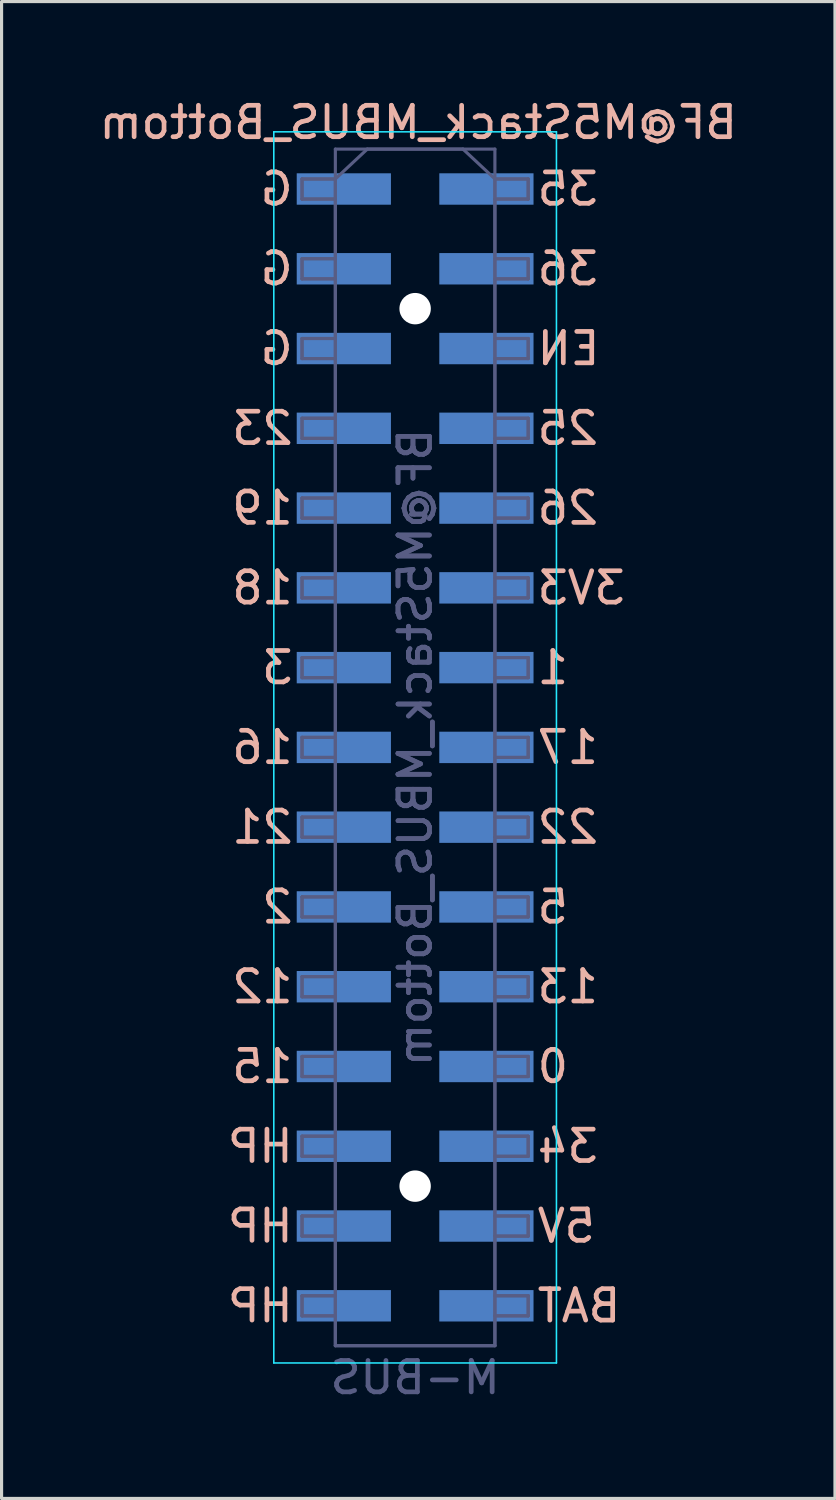
<source format=kicad_pcb>
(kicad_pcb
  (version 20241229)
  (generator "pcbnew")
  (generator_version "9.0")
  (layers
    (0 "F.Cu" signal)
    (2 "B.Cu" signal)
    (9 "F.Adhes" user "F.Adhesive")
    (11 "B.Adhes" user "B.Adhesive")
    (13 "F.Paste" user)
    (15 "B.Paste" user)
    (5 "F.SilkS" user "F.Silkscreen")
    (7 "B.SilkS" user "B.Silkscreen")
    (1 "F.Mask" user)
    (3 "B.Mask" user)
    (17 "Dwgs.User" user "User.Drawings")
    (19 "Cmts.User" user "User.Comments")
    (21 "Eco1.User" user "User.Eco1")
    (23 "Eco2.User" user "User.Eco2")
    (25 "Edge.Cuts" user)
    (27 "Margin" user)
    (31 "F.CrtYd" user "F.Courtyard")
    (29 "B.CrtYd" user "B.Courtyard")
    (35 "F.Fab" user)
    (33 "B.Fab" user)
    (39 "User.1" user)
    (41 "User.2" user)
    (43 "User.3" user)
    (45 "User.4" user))
  (footprint "BF@M5Stack_MBUS_Bottom"
    (layer "F.Cu")
    (at 10.168 20.748)
    (property "Reference" "BF@M5Stack_MBUS_Bottom" (at 0.1 -19.9 0) (layer "B.SilkS") (effects (font (size 1 1) (thickness 0.15)) (justify mirror)))
    (attr smd)
    (fp_poly (pts (xy -1.968 -18.224) (xy -3.683 -18.224) (xy -3.683 -17.335) (xy -1.968 -17.335)) (stroke (width 0.1) (type solid)) (fill yes) (layer "B.Paste"))
    (fp_poly (pts (xy -1.968 -15.684) (xy -3.683 -15.684) (xy -3.683 -14.796) (xy -1.968 -14.796)) (stroke (width 0.1) (type solid)) (fill yes) (layer "B.Paste"))
    (fp_poly (pts (xy -1.968 -13.145) (xy -3.683 -13.145) (xy -3.683 -12.255) (xy -1.968 -12.255)) (stroke (width 0.1) (type solid)) (fill yes) (layer "B.Paste"))
    (fp_poly (pts (xy -1.968 -10.604) (xy -3.683 -10.604) (xy -3.683 -9.716) (xy -1.968 -9.716)) (stroke (width 0.1) (type solid)) (fill yes) (layer "B.Paste"))
    (fp_poly (pts (xy -1.968 -8.065) (xy -3.683 -8.065) (xy -3.683 -7.176) (xy -1.968 -7.176)) (stroke (width 0.1) (type solid)) (fill yes) (layer "B.Paste"))
    (fp_poly (pts (xy -1.968 -5.524) (xy -3.683 -5.524) (xy -3.683 -4.636) (xy -1.968 -4.636)) (stroke (width 0.1) (type solid)) (fill yes) (layer "B.Paste"))
    (fp_poly (pts (xy -1.968 -2.985) (xy -3.683 -2.985) (xy -3.683 -2.095) (xy -1.968 -2.095)) (stroke (width 0.1) (type solid)) (fill yes) (layer "B.Paste"))
    (fp_poly (pts (xy -1.968 -0.445) (xy -3.683 -0.445) (xy -3.683 0.445) (xy -1.968 0.445)) (stroke (width 0.1) (type solid)) (fill yes) (layer "B.Paste"))
    (fp_poly (pts (xy -1.968 2.095) (xy -3.683 2.095) (xy -3.683 2.985) (xy -1.968 2.985)) (stroke (width 0.1) (type solid)) (fill yes) (layer "B.Paste"))
    (fp_poly (pts (xy -1.968 4.636) (xy -3.683 4.636) (xy -3.683 5.524) (xy -1.968 5.524)) (stroke (width 0.1) (type solid)) (fill yes) (layer "B.Paste"))
    (fp_poly (pts (xy -1.968 7.176) (xy -3.683 7.176) (xy -3.683 8.065) (xy -1.968 8.065)) (stroke (width 0.1) (type solid)) (fill yes) (layer "B.Paste"))
    (fp_poly (pts (xy -1.968 9.716) (xy -3.683 9.716) (xy -3.683 10.604) (xy -1.968 10.604)) (stroke (width 0.1) (type solid)) (fill yes) (layer "B.Paste"))
    (fp_poly (pts (xy -1.968 12.255) (xy -3.683 12.255) (xy -3.683 13.145) (xy -1.968 13.145)) (stroke (width 0.1) (type solid)) (fill yes) (layer "B.Paste"))
    (fp_poly (pts (xy -1.968 14.796) (xy -3.683 14.796) (xy -3.683 15.684) (xy -1.968 15.684)) (stroke (width 0.1) (type solid)) (fill yes) (layer "B.Paste"))
    (fp_poly (pts (xy -1.968 17.335) (xy -3.683 17.335) (xy -3.683 18.224) (xy -1.968 18.224)) (stroke (width 0.1) (type solid)) (fill yes) (layer "B.Paste"))
    (fp_poly (pts (xy 3.683 -18.224) (xy 1.968 -18.224) (xy 1.968 -17.335) (xy 3.683 -17.335)) (stroke (width 0.1) (type solid)) (fill yes) (layer "B.Paste"))
    (fp_poly (pts (xy 3.683 -15.684) (xy 1.968 -15.684) (xy 1.968 -14.796) (xy 3.683 -14.796)) (stroke (width 0.1) (type solid)) (fill yes) (layer "B.Paste"))
    (fp_poly (pts (xy 3.683 -13.145) (xy 1.968 -13.145) (xy 1.968 -12.255) (xy 3.683 -12.255)) (stroke (width 0.1) (type solid)) (fill yes) (layer "B.Paste"))
    (fp_poly (pts (xy 3.683 -10.604) (xy 1.968 -10.604) (xy 1.968 -9.716) (xy 3.683 -9.716)) (stroke (width 0.1) (type solid)) (fill yes) (layer "B.Paste"))
    (fp_poly (pts (xy 3.683 -8.065) (xy 1.968 -8.065) (xy 1.968 -7.176) (xy 3.683 -7.176)) (stroke (width 0.1) (type solid)) (fill yes) (layer "B.Paste"))
    (fp_poly (pts (xy 3.683 -5.524) (xy 1.968 -5.524) (xy 1.968 -4.636) (xy 3.683 -4.636)) (stroke (width 0.1) (type solid)) (fill yes) (layer "B.Paste"))
    (fp_poly (pts (xy 3.683 -2.985) (xy 1.968 -2.985) (xy 1.968 -2.095) (xy 3.683 -2.095)) (stroke (width 0.1) (type solid)) (fill yes) (layer "B.Paste"))
    (fp_poly (pts (xy 3.683 -0.445) (xy 1.968 -0.445) (xy 1.968 0.445) (xy 3.683 0.445)) (stroke (width 0.1) (type solid)) (fill yes) (layer "B.Paste"))
    (fp_poly (pts (xy 3.683 2.095) (xy 1.968 2.095) (xy 1.968 2.985) (xy 3.683 2.985)) (stroke (width 0.1) (type solid)) (fill yes) (layer "B.Paste"))
    (fp_poly (pts (xy 3.683 4.636) (xy 1.968 4.636) (xy 1.968 5.524) (xy 3.683 5.524)) (stroke (width 0.1) (type solid)) (fill yes) (layer "B.Paste"))
    (fp_poly (pts (xy 3.683 7.176) (xy 1.968 7.176) (xy 1.968 8.065) (xy 3.683 8.065)) (stroke (width 0.1) (type solid)) (fill yes) (layer "B.Paste"))
    (fp_poly (pts (xy 3.683 9.716) (xy 1.968 9.716) (xy 1.968 10.604) (xy 3.683 10.604)) (stroke (width 0.1) (type solid)) (fill yes) (layer "B.Paste"))
    (fp_poly (pts (xy 3.683 12.255) (xy 1.968 12.255) (xy 1.968 13.145) (xy 3.683 13.145)) (stroke (width 0.1) (type solid)) (fill yes) (layer "B.Paste"))
    (fp_poly (pts (xy 3.683 14.796) (xy 1.968 14.796) (xy 1.968 15.684) (xy 3.683 15.684)) (stroke (width 0.1) (type solid)) (fill yes) (layer "B.Paste"))
    (fp_poly (pts (xy 3.683 17.335) (xy 1.968 17.335) (xy 1.968 18.224) (xy 3.683 18.224)) (stroke (width 0.1) (type solid)) (fill yes) (layer "B.Paste"))
    (fp_line (start -4.5 -19.6) (end 4.5 -19.6) (stroke (width 0.05) (type solid)) (layer "B.CrtYd"))
    (fp_line (start -4.5 19.6) (end -4.5 -19.6) (stroke (width 0.05) (type solid)) (layer "B.CrtYd"))
    (fp_line (start 4.5 -19.6) (end 4.5 19.6) (stroke (width 0.05) (type solid)) (layer "B.CrtYd"))
    (fp_line (start 4.5 19.6) (end -4.5 19.6) (stroke (width 0.05) (type solid)) (layer "B.CrtYd"))
    (fp_line (start -3.6 -18.1) (end -3.6 -17.46) (stroke (width 0.1) (type solid)) (layer "B.Fab"))
    (fp_line (start -3.6 -18.1) (end -3.6 -17.46) (stroke (width 0.1) (type solid)) (layer "B.Fab"))
    (fp_line (start -3.6 -17.46) (end -2.54 -17.46) (stroke (width 0.1) (type solid)) (layer "B.Fab"))
    (fp_line (start -3.6 -17.46) (end -2.54 -17.46) (stroke (width 0.1) (type solid)) (layer "B.Fab"))
    (fp_line (start -3.6 -15.56) (end -3.6 -14.92) (stroke (width 0.1) (type solid)) (layer "B.Fab"))
    (fp_line (start -3.6 -15.56) (end -3.6 -14.92) (stroke (width 0.1) (type solid)) (layer "B.Fab"))
    (fp_line (start -3.6 -14.92) (end -2.54 -14.92) (stroke (width 0.1) (type solid)) (layer "B.Fab"))
    (fp_line (start -3.6 -14.92) (end -2.54 -14.92) (stroke (width 0.1) (type solid)) (layer "B.Fab"))
    (fp_line (start -3.6 -13.02) (end -3.6 -12.38) (stroke (width 0.1) (type solid)) (layer "B.Fab"))
    (fp_line (start -3.6 -13.02) (end -3.6 -12.38) (stroke (width 0.1) (type solid)) (layer "B.Fab"))
    (fp_line (start -3.6 -12.38) (end -2.54 -12.38) (stroke (width 0.1) (type solid)) (layer "B.Fab"))
    (fp_line (start -3.6 -12.38) (end -2.54 -12.38) (stroke (width 0.1) (type solid)) (layer "B.Fab"))
    (fp_line (start -3.6 -10.48) (end -3.6 -9.84) (stroke (width 0.1) (type solid)) (layer "B.Fab"))
    (fp_line (start -3.6 -10.48) (end -3.6 -9.84) (stroke (width 0.1) (type solid)) (layer "B.Fab"))
    (fp_line (start -3.6 -9.84) (end -2.54 -9.84) (stroke (width 0.1) (type solid)) (layer "B.Fab"))
    (fp_line (start -3.6 -9.84) (end -2.54 -9.84) (stroke (width 0.1) (type solid)) (layer "B.Fab"))
    (fp_line (start -3.6 -7.94) (end -3.6 -7.3) (stroke (width 0.1) (type solid)) (layer "B.Fab"))
    (fp_line (start -3.6 -7.94) (end -3.6 -7.3) (stroke (width 0.1) (type solid)) (layer "B.Fab"))
    (fp_line (start -3.6 -7.3) (end -2.54 -7.3) (stroke (width 0.1) (type solid)) (layer "B.Fab"))
    (fp_line (start -3.6 -7.3) (end -2.54 -7.3) (stroke (width 0.1) (type solid)) (layer "B.Fab"))
    (fp_line (start -3.6 -5.4) (end -3.6 -4.76) (stroke (width 0.1) (type solid)) (layer "B.Fab"))
    (fp_line (start -3.6 -5.4) (end -3.6 -4.76) (stroke (width 0.1) (type solid)) (layer "B.Fab"))
    (fp_line (start -3.6 -4.76) (end -2.54 -4.76) (stroke (width 0.1) (type solid)) (layer "B.Fab"))
    (fp_line (start -3.6 -4.76) (end -2.54 -4.76) (stroke (width 0.1) (type solid)) (layer "B.Fab"))
    (fp_line (start -3.6 -2.86) (end -3.6 -2.22) (stroke (width 0.1) (type solid)) (layer "B.Fab"))
    (fp_line (start -3.6 -2.86) (end -3.6 -2.22) (stroke (width 0.1) (type solid)) (layer "B.Fab"))
    (fp_line (start -3.6 -2.22) (end -2.54 -2.22) (stroke (width 0.1) (type solid)) (layer "B.Fab"))
    (fp_line (start -3.6 -2.22) (end -2.54 -2.22) (stroke (width 0.1) (type solid)) (layer "B.Fab"))
    (fp_line (start -3.6 -0.32) (end -3.6 0.32) (stroke (width 0.1) (type solid)) (layer "B.Fab"))
    (fp_line (start -3.6 -0.32) (end -3.6 0.32) (stroke (width 0.1) (type solid)) (layer "B.Fab"))
    (fp_line (start -3.6 0.32) (end -2.54 0.32) (stroke (width 0.1) (type solid)) (layer "B.Fab"))
    (fp_line (start -3.6 0.32) (end -2.54 0.32) (stroke (width 0.1) (type solid)) (layer "B.Fab"))
    (fp_line (start -3.6 2.22) (end -3.6 2.86) (stroke (width 0.1) (type solid)) (layer "B.Fab"))
    (fp_line (start -3.6 2.22) (end -3.6 2.86) (stroke (width 0.1) (type solid)) (layer "B.Fab"))
    (fp_line (start -3.6 2.86) (end -2.54 2.86) (stroke (width 0.1) (type solid)) (layer "B.Fab"))
    (fp_line (start -3.6 2.86) (end -2.54 2.86) (stroke (width 0.1) (type solid)) (layer "B.Fab"))
    (fp_line (start -3.6 4.76) (end -3.6 5.4) (stroke (width 0.1) (type solid)) (layer "B.Fab"))
    (fp_line (start -3.6 4.76) (end -3.6 5.4) (stroke (width 0.1) (type solid)) (layer "B.Fab"))
    (fp_line (start -3.6 5.4) (end -2.54 5.4) (stroke (width 0.1) (type solid)) (layer "B.Fab"))
    (fp_line (start -3.6 5.4) (end -2.54 5.4) (stroke (width 0.1) (type solid)) (layer "B.Fab"))
    (fp_line (start -3.6 7.3) (end -3.6 7.94) (stroke (width 0.1) (type solid)) (layer "B.Fab"))
    (fp_line (start -3.6 7.3) (end -3.6 7.94) (stroke (width 0.1) (type solid)) (layer "B.Fab"))
    (fp_line (start -3.6 7.94) (end -2.54 7.94) (stroke (width 0.1) (type solid)) (layer "B.Fab"))
    (fp_line (start -3.6 7.94) (end -2.54 7.94) (stroke (width 0.1) (type solid)) (layer "B.Fab"))
    (fp_line (start -3.6 9.84) (end -3.6 10.48) (stroke (width 0.1) (type solid)) (layer "B.Fab"))
    (fp_line (start -3.6 9.84) (end -3.6 10.48) (stroke (width 0.1) (type solid)) (layer "B.Fab"))
    (fp_line (start -3.6 10.48) (end -2.54 10.48) (stroke (width 0.1) (type solid)) (layer "B.Fab"))
    (fp_line (start -3.6 10.48) (end -2.54 10.48) (stroke (width 0.1) (type solid)) (layer "B.Fab"))
    (fp_line (start -3.6 12.38) (end -3.6 13.02) (stroke (width 0.1) (type solid)) (layer "B.Fab"))
    (fp_line (start -3.6 12.38) (end -3.6 13.02) (stroke (width 0.1) (type solid)) (layer "B.Fab"))
    (fp_line (start -3.6 13.02) (end -2.54 13.02) (stroke (width 0.1) (type solid)) (layer "B.Fab"))
    (fp_line (start -3.6 13.02) (end -2.54 13.02) (stroke (width 0.1) (type solid)) (layer "B.Fab"))
    (fp_line (start -3.6 14.92) (end -3.6 15.56) (stroke (width 0.1) (type solid)) (layer "B.Fab"))
    (fp_line (start -3.6 14.92) (end -3.6 15.56) (stroke (width 0.1) (type solid)) (layer "B.Fab"))
    (fp_line (start -3.6 15.56) (end -2.54 15.56) (stroke (width 0.1) (type solid)) (layer "B.Fab"))
    (fp_line (start -3.6 15.56) (end -2.54 15.56) (stroke (width 0.1) (type solid)) (layer "B.Fab"))
    (fp_line (start -3.6 17.46) (end -3.6 18.1) (stroke (width 0.1) (type solid)) (layer "B.Fab"))
    (fp_line (start -3.6 17.46) (end -3.6 18.1) (stroke (width 0.1) (type solid)) (layer "B.Fab"))
    (fp_line (start -3.6 18.1) (end -2.54 18.1) (stroke (width 0.1) (type solid)) (layer "B.Fab"))
    (fp_line (start -3.6 18.1) (end -2.54 18.1) (stroke (width 0.1) (type solid)) (layer "B.Fab"))
    (fp_line (start -2.54 -19.05) (end 1.524 -19.05) (stroke (width 0.1) (type solid)) (layer "B.Fab"))
    (fp_line (start -2.54 -18.1) (end -3.6 -18.1) (stroke (width 0.1) (type solid)) (layer "B.Fab"))
    (fp_line (start -2.54 -18.1) (end -3.6 -18.1) (stroke (width 0.1) (type solid)) (layer "B.Fab"))
    (fp_line (start -2.54 -18.1) (end -2.54 19.05) (stroke (width 0.1) (type solid)) (layer "B.Fab"))
    (fp_line (start -2.54 -18.1) (end -1.524 -19.05) (stroke (width 0.1) (type solid)) (layer "B.Fab"))
    (fp_line (start -2.54 -15.56) (end -3.6 -15.56) (stroke (width 0.1) (type solid)) (layer "B.Fab"))
    (fp_line (start -2.54 -15.56) (end -3.6 -15.56) (stroke (width 0.1) (type solid)) (layer "B.Fab"))
    (fp_line (start -2.54 -13.02) (end -3.6 -13.02) (stroke (width 0.1) (type solid)) (layer "B.Fab"))
    (fp_line (start -2.54 -13.02) (end -3.6 -13.02) (stroke (width 0.1) (type solid)) (layer "B.Fab"))
    (fp_line (start -2.54 -10.48) (end -3.6 -10.48) (stroke (width 0.1) (type solid)) (layer "B.Fab"))
    (fp_line (start -2.54 -10.48) (end -3.6 -10.48) (stroke (width 0.1) (type solid)) (layer "B.Fab"))
    (fp_line (start -2.54 -7.94) (end -3.6 -7.94) (stroke (width 0.1) (type solid)) (layer "B.Fab"))
    (fp_line (start -2.54 -7.94) (end -3.6 -7.94) (stroke (width 0.1) (type solid)) (layer "B.Fab"))
    (fp_line (start -2.54 -5.4) (end -3.6 -5.4) (stroke (width 0.1) (type solid)) (layer "B.Fab"))
    (fp_line (start -2.54 -5.4) (end -3.6 -5.4) (stroke (width 0.1) (type solid)) (layer "B.Fab"))
    (fp_line (start -2.54 -2.86) (end -3.6 -2.86) (stroke (width 0.1) (type solid)) (layer "B.Fab"))
    (fp_line (start -2.54 -2.86) (end -3.6 -2.86) (stroke (width 0.1) (type solid)) (layer "B.Fab"))
    (fp_line (start -2.54 -0.32) (end -3.6 -0.32) (stroke (width 0.1) (type solid)) (layer "B.Fab"))
    (fp_line (start -2.54 -0.32) (end -3.6 -0.32) (stroke (width 0.1) (type solid)) (layer "B.Fab"))
    (fp_line (start -2.54 2.22) (end -3.6 2.22) (stroke (width 0.1) (type solid)) (layer "B.Fab"))
    (fp_line (start -2.54 2.22) (end -3.6 2.22) (stroke (width 0.1) (type solid)) (layer "B.Fab"))
    (fp_line (start -2.54 4.76) (end -3.6 4.76) (stroke (width 0.1) (type solid)) (layer "B.Fab"))
    (fp_line (start -2.54 4.76) (end -3.6 4.76) (stroke (width 0.1) (type solid)) (layer "B.Fab"))
    (fp_line (start -2.54 7.3) (end -3.6 7.3) (stroke (width 0.1) (type solid)) (layer "B.Fab"))
    (fp_line (start -2.54 7.3) (end -3.6 7.3) (stroke (width 0.1) (type solid)) (layer "B.Fab"))
    (fp_line (start -2.54 9.84) (end -3.6 9.84) (stroke (width 0.1) (type solid)) (layer "B.Fab"))
    (fp_line (start -2.54 9.84) (end -3.6 9.84) (stroke (width 0.1) (type solid)) (layer "B.Fab"))
    (fp_line (start -2.54 12.38) (end -3.6 12.38) (stroke (width 0.1) (type solid)) (layer "B.Fab"))
    (fp_line (start -2.54 12.38) (end -3.6 12.38) (stroke (width 0.1) (type solid)) (layer "B.Fab"))
    (fp_line (start -2.54 14.92) (end -3.6 14.92) (stroke (width 0.1) (type solid)) (layer "B.Fab"))
    (fp_line (start -2.54 14.92) (end -3.6 14.92) (stroke (width 0.1) (type solid)) (layer "B.Fab"))
    (fp_line (start -2.54 17.46) (end -3.6 17.46) (stroke (width 0.1) (type solid)) (layer "B.Fab"))
    (fp_line (start -2.54 17.46) (end -3.6 17.46) (stroke (width 0.1) (type solid)) (layer "B.Fab"))
    (fp_line (start -2.54 19.05) (end -2.54 -19.05) (stroke (width 0.1) (type solid)) (layer "B.Fab"))
    (fp_line (start -2.54 19.05) (end 2.54 19.05) (stroke (width 0.1) (type solid)) (layer "B.Fab"))
    (fp_line (start 2.54 -19.05) (end -1.524 -19.05) (stroke (width 0.1) (type solid)) (layer "B.Fab"))
    (fp_line (start 2.54 -18.1) (end 1.524 -19.05) (stroke (width 0.1) (type solid)) (layer "B.Fab"))
    (fp_line (start 2.54 -18.1) (end 2.54 19.05) (stroke (width 0.1) (type solid)) (layer "B.Fab"))
    (fp_line (start 2.54 -18.1) (end 3.6 -18.1) (stroke (width 0.1) (type solid)) (layer "B.Fab"))
    (fp_line (start 2.54 -18.1) (end 3.6 -18.1) (stroke (width 0.1) (type solid)) (layer "B.Fab"))
    (fp_line (start 2.54 -15.56) (end 3.6 -15.56) (stroke (width 0.1) (type solid)) (layer "B.Fab"))
    (fp_line (start 2.54 -15.56) (end 3.6 -15.56) (stroke (width 0.1) (type solid)) (layer "B.Fab"))
    (fp_line (start 2.54 -13.02) (end 3.6 -13.02) (stroke (width 0.1) (type solid)) (layer "B.Fab"))
    (fp_line (start 2.54 -13.02) (end 3.6 -13.02) (stroke (width 0.1) (type solid)) (layer "B.Fab"))
    (fp_line (start 2.54 -10.48) (end 3.6 -10.48) (stroke (width 0.1) (type solid)) (layer "B.Fab"))
    (fp_line (start 2.54 -10.48) (end 3.6 -10.48) (stroke (width 0.1) (type solid)) (layer "B.Fab"))
    (fp_line (start 2.54 -7.94) (end 3.6 -7.94) (stroke (width 0.1) (type solid)) (layer "B.Fab"))
    (fp_line (start 2.54 -7.94) (end 3.6 -7.94) (stroke (width 0.1) (type solid)) (layer "B.Fab"))
    (fp_line (start 2.54 -5.4) (end 3.6 -5.4) (stroke (width 0.1) (type solid)) (layer "B.Fab"))
    (fp_line (start 2.54 -5.4) (end 3.6 -5.4) (stroke (width 0.1) (type solid)) (layer "B.Fab"))
    (fp_line (start 2.54 -2.86) (end 3.6 -2.86) (stroke (width 0.1) (type solid)) (layer "B.Fab"))
    (fp_line (start 2.54 -2.86) (end 3.6 -2.86) (stroke (width 0.1) (type solid)) (layer "B.Fab"))
    (fp_line (start 2.54 -0.32) (end 3.6 -0.32) (stroke (width 0.1) (type solid)) (layer "B.Fab"))
    (fp_line (start 2.54 -0.32) (end 3.6 -0.32) (stroke (width 0.1) (type solid)) (layer "B.Fab"))
    (fp_line (start 2.54 2.22) (end 3.6 2.22) (stroke (width 0.1) (type solid)) (layer "B.Fab"))
    (fp_line (start 2.54 2.22) (end 3.6 2.22) (stroke (width 0.1) (type solid)) (layer "B.Fab"))
    (fp_line (start 2.54 4.76) (end 3.6 4.76) (stroke (width 0.1) (type solid)) (layer "B.Fab"))
    (fp_line (start 2.54 4.76) (end 3.6 4.76) (stroke (width 0.1) (type solid)) (layer "B.Fab"))
    (fp_line (start 2.54 7.3) (end 3.6 7.3) (stroke (width 0.1) (type solid)) (layer "B.Fab"))
    (fp_line (start 2.54 7.3) (end 3.6 7.3) (stroke (width 0.1) (type solid)) (layer "B.Fab"))
    (fp_line (start 2.54 9.84) (end 3.6 9.84) (stroke (width 0.1) (type solid)) (layer "B.Fab"))
    (fp_line (start 2.54 9.84) (end 3.6 9.84) (stroke (width 0.1) (type solid)) (layer "B.Fab"))
    (fp_line (start 2.54 12.38) (end 3.6 12.38) (stroke (width 0.1) (type solid)) (layer "B.Fab"))
    (fp_line (start 2.54 12.38) (end 3.6 12.38) (stroke (width 0.1) (type solid)) (layer "B.Fab"))
    (fp_line (start 2.54 14.92) (end 3.6 14.92) (stroke (width 0.1) (type solid)) (layer "B.Fab"))
    (fp_line (start 2.54 14.92) (end 3.6 14.92) (stroke (width 0.1) (type solid)) (layer "B.Fab"))
    (fp_line (start 2.54 17.46) (end 3.6 17.46) (stroke (width 0.1) (type solid)) (layer "B.Fab"))
    (fp_line (start 2.54 17.46) (end 3.6 17.46) (stroke (width 0.1) (type solid)) (layer "B.Fab"))
    (fp_line (start 2.54 19.05) (end -2.54 19.05) (stroke (width 0.1) (type solid)) (layer "B.Fab"))
    (fp_line (start 2.54 19.05) (end 2.54 -19.05) (stroke (width 0.1) (type solid)) (layer "B.Fab"))
    (fp_line (start 3.6 -18.1) (end 3.6 -17.46) (stroke (width 0.1) (type solid)) (layer "B.Fab"))
    (fp_line (start 3.6 -18.1) (end 3.6 -17.46) (stroke (width 0.1) (type solid)) (layer "B.Fab"))
    (fp_line (start 3.6 -17.46) (end 2.54 -17.46) (stroke (width 0.1) (type solid)) (layer "B.Fab"))
    (fp_line (start 3.6 -17.46) (end 2.54 -17.46) (stroke (width 0.1) (type solid)) (layer "B.Fab"))
    (fp_line (start 3.6 -15.56) (end 3.6 -14.92) (stroke (width 0.1) (type solid)) (layer "B.Fab"))
    (fp_line (start 3.6 -15.56) (end 3.6 -14.92) (stroke (width 0.1) (type solid)) (layer "B.Fab"))
    (fp_line (start 3.6 -14.92) (end 2.54 -14.92) (stroke (width 0.1) (type solid)) (layer "B.Fab"))
    (fp_line (start 3.6 -14.92) (end 2.54 -14.92) (stroke (width 0.1) (type solid)) (layer "B.Fab"))
    (fp_line (start 3.6 -13.02) (end 3.6 -12.38) (stroke (width 0.1) (type solid)) (layer "B.Fab"))
    (fp_line (start 3.6 -13.02) (end 3.6 -12.38) (stroke (width 0.1) (type solid)) (layer "B.Fab"))
    (fp_line (start 3.6 -12.38) (end 2.54 -12.38) (stroke (width 0.1) (type solid)) (layer "B.Fab"))
    (fp_line (start 3.6 -12.38) (end 2.54 -12.38) (stroke (width 0.1) (type solid)) (layer "B.Fab"))
    (fp_line (start 3.6 -10.48) (end 3.6 -9.84) (stroke (width 0.1) (type solid)) (layer "B.Fab"))
    (fp_line (start 3.6 -10.48) (end 3.6 -9.84) (stroke (width 0.1) (type solid)) (layer "B.Fab"))
    (fp_line (start 3.6 -9.84) (end 2.54 -9.84) (stroke (width 0.1) (type solid)) (layer "B.Fab"))
    (fp_line (start 3.6 -9.84) (end 2.54 -9.84) (stroke (width 0.1) (type solid)) (layer "B.Fab"))
    (fp_line (start 3.6 -7.94) (end 3.6 -7.3) (stroke (width 0.1) (type solid)) (layer "B.Fab"))
    (fp_line (start 3.6 -7.94) (end 3.6 -7.3) (stroke (width 0.1) (type solid)) (layer "B.Fab"))
    (fp_line (start 3.6 -7.3) (end 2.54 -7.3) (stroke (width 0.1) (type solid)) (layer "B.Fab"))
    (fp_line (start 3.6 -7.3) (end 2.54 -7.3) (stroke (width 0.1) (type solid)) (layer "B.Fab"))
    (fp_line (start 3.6 -5.4) (end 3.6 -4.76) (stroke (width 0.1) (type solid)) (layer "B.Fab"))
    (fp_line (start 3.6 -5.4) (end 3.6 -4.76) (stroke (width 0.1) (type solid)) (layer "B.Fab"))
    (fp_line (start 3.6 -4.76) (end 2.54 -4.76) (stroke (width 0.1) (type solid)) (layer "B.Fab"))
    (fp_line (start 3.6 -4.76) (end 2.54 -4.76) (stroke (width 0.1) (type solid)) (layer "B.Fab"))
    (fp_line (start 3.6 -2.86) (end 3.6 -2.22) (stroke (width 0.1) (type solid)) (layer "B.Fab"))
    (fp_line (start 3.6 -2.86) (end 3.6 -2.22) (stroke (width 0.1) (type solid)) (layer "B.Fab"))
    (fp_line (start 3.6 -2.22) (end 2.54 -2.22) (stroke (width 0.1) (type solid)) (layer "B.Fab"))
    (fp_line (start 3.6 -2.22) (end 2.54 -2.22) (stroke (width 0.1) (type solid)) (layer "B.Fab"))
    (fp_line (start 3.6 -0.32) (end 3.6 0.32) (stroke (width 0.1) (type solid)) (layer "B.Fab"))
    (fp_line (start 3.6 -0.32) (end 3.6 0.32) (stroke (width 0.1) (type solid)) (layer "B.Fab"))
    (fp_line (start 3.6 0.32) (end 2.54 0.32) (stroke (width 0.1) (type solid)) (layer "B.Fab"))
    (fp_line (start 3.6 0.32) (end 2.54 0.32) (stroke (width 0.1) (type solid)) (layer "B.Fab"))
    (fp_line (start 3.6 2.22) (end 3.6 2.86) (stroke (width 0.1) (type solid)) (layer "B.Fab"))
    (fp_line (start 3.6 2.22) (end 3.6 2.86) (stroke (width 0.1) (type solid)) (layer "B.Fab"))
    (fp_line (start 3.6 2.86) (end 2.54 2.86) (stroke (width 0.1) (type solid)) (layer "B.Fab"))
    (fp_line (start 3.6 2.86) (end 2.54 2.86) (stroke (width 0.1) (type solid)) (layer "B.Fab"))
    (fp_line (start 3.6 4.76) (end 3.6 5.4) (stroke (width 0.1) (type solid)) (layer "B.Fab"))
    (fp_line (start 3.6 4.76) (end 3.6 5.4) (stroke (width 0.1) (type solid)) (layer "B.Fab"))
    (fp_line (start 3.6 5.4) (end 2.54 5.4) (stroke (width 0.1) (type solid)) (layer "B.Fab"))
    (fp_line (start 3.6 5.4) (end 2.54 5.4) (stroke (width 0.1) (type solid)) (layer "B.Fab"))
    (fp_line (start 3.6 7.3) (end 3.6 7.94) (stroke (width 0.1) (type solid)) (layer "B.Fab"))
    (fp_line (start 3.6 7.3) (end 3.6 7.94) (stroke (width 0.1) (type solid)) (layer "B.Fab"))
    (fp_line (start 3.6 7.94) (end 2.54 7.94) (stroke (width 0.1) (type solid)) (layer "B.Fab"))
    (fp_line (start 3.6 7.94) (end 2.54 7.94) (stroke (width 0.1) (type solid)) (layer "B.Fab"))
    (fp_line (start 3.6 9.84) (end 3.6 10.48) (stroke (width 0.1) (type solid)) (layer "B.Fab"))
    (fp_line (start 3.6 9.84) (end 3.6 10.48) (stroke (width 0.1) (type solid)) (layer "B.Fab"))
    (fp_line (start 3.6 10.48) (end 2.54 10.48) (stroke (width 0.1) (type solid)) (layer "B.Fab"))
    (fp_line (start 3.6 10.48) (end 2.54 10.48) (stroke (width 0.1) (type solid)) (layer "B.Fab"))
    (fp_line (start 3.6 12.38) (end 3.6 13.02) (stroke (width 0.1) (type solid)) (layer "B.Fab"))
    (fp_line (start 3.6 12.38) (end 3.6 13.02) (stroke (width 0.1) (type solid)) (layer "B.Fab"))
    (fp_line (start 3.6 13.02) (end 2.54 13.02) (stroke (width 0.1) (type solid)) (layer "B.Fab"))
    (fp_line (start 3.6 13.02) (end 2.54 13.02) (stroke (width 0.1) (type solid)) (layer "B.Fab"))
    (fp_line (start 3.6 14.92) (end 3.6 15.56) (stroke (width 0.1) (type solid)) (layer "B.Fab"))
    (fp_line (start 3.6 14.92) (end 3.6 15.56) (stroke (width 0.1) (type solid)) (layer "B.Fab"))
    (fp_line (start 3.6 15.56) (end 2.54 15.56) (stroke (width 0.1) (type solid)) (layer "B.Fab"))
    (fp_line (start 3.6 15.56) (end 2.54 15.56) (stroke (width 0.1) (type solid)) (layer "B.Fab"))
    (fp_line (start 3.6 17.46) (end 3.6 18.1) (stroke (width 0.1) (type solid)) (layer "B.Fab"))
    (fp_line (start 3.6 17.46) (end 3.6 18.1) (stroke (width 0.1) (type solid)) (layer "B.Fab"))
    (fp_line (start 3.6 18.1) (end 2.54 18.1) (stroke (width 0.1) (type solid)) (layer "B.Fab"))
    (fp_line (start 3.6 18.1) (end 2.54 18.1) (stroke (width 0.1) (type solid)) (layer "B.Fab"))
    (fp_text user "EN" (at 3.81 -12.7 180) (layer "B.SilkS") (effects (font (size 1 1) (thickness 0.15)) (justify right mirror)))
    (fp_text user "15" (at -3.81 10.16 180) (layer "B.SilkS") (effects (font (size 1 1) (thickness 0.15)) (justify left mirror)))
    (fp_text user "2" (at -3.81 5.08 180) (layer "B.SilkS") (effects (font (size 1 1) (thickness 0.15)) (justify left mirror)))
    (fp_text user "3" (at -3.81 -2.54 180) (layer "B.SilkS") (effects (font (size 1 1) (thickness 0.15)) (justify left mirror)))
    (fp_text user "35" (at 3.81 -17.78 180) (layer "B.SilkS") (effects (font (size 1 1) (thickness 0.15)) (justify right mirror)))
    (fp_text user "1" (at 3.81 -2.54 180) (layer "B.SilkS") (effects (font (size 1 1) (thickness 0.15)) (justify right mirror)))
    (fp_text user "5" (at 3.81 5.08 180) (layer "B.SilkS") (effects (font (size 1 1) (thickness 0.15)) (justify right mirror)))
    (fp_text user "34" (at 3.81 12.7 180) (layer "B.SilkS") (effects (font (size 1 1) (thickness 0.15)) (justify right mirror)))
    (fp_text user "HP" (at -3.81 12.7 180) (layer "B.SilkS") (effects (font (size 1 1) (thickness 0.15)) (justify left mirror)))
    (fp_text user "HP" (at -3.81 17.78 180) (layer "B.SilkS") (effects (font (size 1 1) (thickness 0.15)) (justify left mirror)))
    (fp_text user "16" (at -3.81 0 180) (layer "B.SilkS") (effects (font (size 1 1) (thickness 0.15)) (justify left mirror)))
    (fp_text user "G" (at -3.81 -15.24 180) (layer "B.SilkS") (effects (font (size 1 1) (thickness 0.15)) (justify left mirror)))
    (fp_text user "26" (at 3.81 -7.62 180) (layer "B.SilkS") (effects (font (size 1 1) (thickness 0.15)) (justify right mirror)))
    (fp_text user "HP" (at -3.81 15.24 180) (layer "B.SilkS") (effects (font (size 1 1) (thickness 0.15)) (justify left mirror)))
    (fp_text user "25" (at 3.81 -10.16 180) (layer "B.SilkS") (effects (font (size 1 1) (thickness 0.15)) (justify right mirror)))
    (fp_text user "13" (at 3.81 7.62 180) (layer "B.SilkS") (effects (font (size 1 1) (thickness 0.15)) (justify right mirror)))
    (fp_text user "19" (at -3.81 -7.62 180) (layer "B.SilkS") (effects (font (size 1 1) (thickness 0.15)) (justify left mirror)))
    (fp_text user "5V" (at 3.81 15.24 180) (layer "B.SilkS") (effects (font (size 1 1) (thickness 0.15)) (justify right mirror)))
    (fp_text user "17" (at 3.81 0 180) (layer "B.SilkS") (effects (font (size 1 1) (thickness 0.15)) (justify right mirror)))
    (fp_text user "G" (at -3.81 -12.7 180) (layer "B.SilkS") (effects (font (size 1 1) (thickness 0.15)) (justify left mirror)))
    (fp_text user "18" (at -3.81 -5.08 180) (layer "B.SilkS") (effects (font (size 1 1) (thickness 0.15)) (justify left mirror)))
    (fp_text user "G" (at -3.81 -17.78 180) (layer "B.SilkS") (effects (font (size 1 1) (thickness 0.15)) (justify left mirror)))
    (fp_text user "BAT" (at 3.81 17.78 180) (layer "B.SilkS") (effects (font (size 1 1) (thickness 0.15)) (justify right mirror)))
    (fp_text user "23" (at -3.81 -10.16 180) (layer "B.SilkS") (effects (font (size 1 1) (thickness 0.15)) (justify left mirror)))
    (fp_text user "21" (at -3.81 2.54 180) (layer "B.SilkS") (effects (font (size 1 1) (thickness 0.15)) (justify left mirror)))
    (fp_text user "3V3" (at 3.81 -5.08 180) (layer "B.SilkS") (effects (font (size 1 1) (thickness 0.15)) (justify right mirror)))
    (fp_text user "0" (at 3.81 10.16 180) (layer "B.SilkS") (effects (font (size 1 1) (thickness 0.15)) (justify right mirror)))
    (fp_text user "12" (at -3.81 7.62 180) (layer "B.SilkS") (effects (font (size 1 1) (thickness 0.15)) (justify left mirror)))
    (fp_text user "22" (at 3.81 2.54 180) (layer "B.SilkS") (effects (font (size 1 1) (thickness 0.15)) (justify right mirror)))
    (fp_text user "36" (at 3.81 -15.24 180) (layer "B.SilkS") (effects (font (size 1 1) (thickness 0.15)) (justify right mirror)))
    (fp_text user "${REFERENCE}" (at 0 0 90) (layer "B.Fab") (effects (font (size 1 1) (thickness 0.15)) (justify mirror)))
    (fp_text user "${REFERENCE}" (at 0 0 90) (layer "B.Fab") (effects (font (size 1 1) (thickness 0.15)) (justify mirror)))
    (fp_text user "M-BUS" (at 0 20.066 0) (layer "B.Fab") (effects (font (size 1 1) (thickness 0.15)) (justify mirror)))
    (pad "" np_thru_hole circle (at 0 -13.97 180) (size 1 1) (drill 1) (layers "*.Cu" "*.Mask"))
    (pad "" np_thru_hole circle (at 0 13.97 180) (size 1 1) (drill 1) (layers "*.Cu" "*.Mask"))
    (pad "1" smd custom (at 1.27 -17.78 180) (size 1 1) (layers "B.Cu" "B.Mask") (options (anchor rect)) (primitives (gr_poly (pts (xy 0.5 0.5) (xy 0.5 -0.5) (xy -2.5 -0.5) (xy -2.5 0.5)) (width 0) (fill yes))))
    (pad "2" smd custom (at -1.27 -17.78) (size 1 1) (layers "B.Cu" "B.Mask") (options (anchor rect)) (primitives (gr_poly (pts (xy 0.5 0.5) (xy 0.5 -0.5) (xy -2.5 -0.5) (xy -2.5 0.5)) (width 0) (fill yes))))
    (pad "3" smd custom (at 1.27 -15.24 180) (size 1 1) (layers "B.Cu" "B.Mask") (options (anchor rect)) (primitives (gr_poly (pts (xy 0.5 0.5) (xy 0.5 -0.5) (xy -2.5 -0.5) (xy -2.5 0.5)) (width 0) (fill yes))))
    (pad "4" smd custom (at -1.27 -15.24) (size 1 1) (layers "B.Cu" "B.Mask") (options (anchor rect)) (primitives (gr_poly (pts (xy 0.5 0.5) (xy 0.5 -0.5) (xy -2.5 -0.5) (xy -2.5 0.5)) (width 0) (fill yes))))
    (pad "5" smd custom (at 1.27 -12.7 180) (size 1 1) (layers "B.Cu" "B.Mask") (options (anchor rect)) (primitives (gr_poly (pts (xy 0.5 0.5) (xy 0.5 -0.5) (xy -2.5 -0.5) (xy -2.5 0.5)) (width 0) (fill yes))))
    (pad "6" smd custom (at -1.27 -12.7) (size 1 1) (layers "B.Cu" "B.Mask") (options (anchor rect)) (primitives (gr_poly (pts (xy 0.5 0.5) (xy 0.5 -0.5) (xy -2.5 -0.5) (xy -2.5 0.5)) (width 0) (fill yes))))
    (pad "7" smd custom (at 1.27 -10.16 180) (size 1 1) (layers "B.Cu" "B.Mask") (options (anchor rect)) (primitives (gr_poly (pts (xy 0.5 0.5) (xy 0.5 -0.5) (xy -2.5 -0.5) (xy -2.5 0.5)) (width 0) (fill yes))))
    (pad "8" smd custom (at -1.27 -10.16) (size 1 1) (layers "B.Cu" "B.Mask") (options (anchor rect)) (primitives (gr_poly (pts (xy 0.5 0.5) (xy 0.5 -0.5) (xy -2.5 -0.5) (xy -2.5 0.5)) (width 0) (fill yes))))
    (pad "9" smd custom (at 1.27 -7.62 180) (size 1 1) (layers "B.Cu" "B.Mask") (options (anchor rect)) (primitives (gr_poly (pts (xy 0.5 0.5) (xy 0.5 -0.5) (xy -2.5 -0.5) (xy -2.5 0.5)) (width 0) (fill yes))))
    (pad "10" smd custom (at -1.27 -7.62) (size 1 1) (layers "B.Cu" "B.Mask") (options (anchor rect)) (primitives (gr_poly (pts (xy 0.5 0.5) (xy 0.5 -0.5) (xy -2.5 -0.5) (xy -2.5 0.5)) (width 0) (fill yes))))
    (pad "11" smd custom (at 1.27 -5.08 180) (size 1 1) (layers "B.Cu" "B.Mask") (options (anchor rect)) (primitives (gr_poly (pts (xy 0.5 0.5) (xy 0.5 -0.5) (xy -2.5 -0.5) (xy -2.5 0.5)) (width 0) (fill yes))))
    (pad "12" smd custom (at -1.27 -5.08) (size 1 1) (layers "B.Cu" "B.Mask") (options (anchor rect)) (primitives (gr_poly (pts (xy 0.5 0.5) (xy 0.5 -0.5) (xy -2.5 -0.5) (xy -2.5 0.5)) (width 0) (fill yes))))
    (pad "13" smd custom (at 1.27 -2.54 180) (size 1 1) (layers "B.Cu" "B.Mask") (options (anchor rect)) (primitives (gr_poly (pts (xy 0.5 0.5) (xy 0.5 -0.5) (xy -2.5 -0.5) (xy -2.5 0.5)) (width 0) (fill yes))))
    (pad "14" smd custom (at -1.27 -2.54) (size 1 1) (layers "B.Cu" "B.Mask") (options (anchor rect)) (primitives (gr_poly (pts (xy 0.5 0.5) (xy 0.5 -0.5) (xy -2.5 -0.5) (xy -2.5 0.5)) (width 0) (fill yes))))
    (pad "15" smd custom (at 1.27 0 180) (size 1 1) (layers "B.Cu" "B.Mask") (options (anchor rect)) (primitives (gr_poly (pts (xy 0.5 0.5) (xy 0.5 -0.5) (xy -2.5 -0.5) (xy -2.5 0.5)) (width 0) (fill yes))))
    (pad "16" smd custom (at -1.27 0) (size 1 1) (layers "B.Cu" "B.Mask") (options (anchor rect)) (primitives (gr_poly (pts (xy 0.5 0.5) (xy 0.5 -0.5) (xy -2.5 -0.5) (xy -2.5 0.5)) (width 0) (fill yes))))
    (pad "17" smd custom (at 1.27 2.54 180) (size 1 1) (layers "B.Cu" "B.Mask") (options (anchor rect)) (primitives (gr_poly (pts (xy 0.5 0.5) (xy 0.5 -0.5) (xy -2.5 -0.5) (xy -2.5 0.5)) (width 0) (fill yes))))
    (pad "18" smd custom (at -1.27 2.54) (size 1 1) (layers "B.Cu" "B.Mask") (options (anchor rect)) (primitives (gr_poly (pts (xy 0.5 0.5) (xy 0.5 -0.5) (xy -2.5 -0.5) (xy -2.5 0.5)) (width 0) (fill yes))))
    (pad "19" smd custom (at 1.27 5.08 180) (size 1 1) (layers "B.Cu" "B.Mask") (options (anchor rect)) (primitives (gr_poly (pts (xy 0.5 0.5) (xy 0.5 -0.5) (xy -2.5 -0.5) (xy -2.5 0.5)) (width 0) (fill yes))))
    (pad "20" smd custom (at -1.27 5.08) (size 1 1) (layers "B.Cu" "B.Mask") (options (anchor rect)) (primitives (gr_poly (pts (xy 0.5 0.5) (xy 0.5 -0.5) (xy -2.5 -0.5) (xy -2.5 0.5)) (width 0) (fill yes))))
    (pad "21" smd custom (at 1.27 7.62 180) (size 1 1) (layers "B.Cu" "B.Mask") (options (anchor rect)) (primitives (gr_poly (pts (xy 0.5 0.5) (xy 0.5 -0.5) (xy -2.5 -0.5) (xy -2.5 0.5)) (width 0) (fill yes))))
    (pad "22" smd custom (at -1.27 7.62) (size 1 1) (layers "B.Cu" "B.Mask") (options (anchor rect)) (primitives (gr_poly (pts (xy 0.5 0.5) (xy 0.5 -0.5) (xy -2.5 -0.5) (xy -2.5 0.5)) (width 0) (fill yes))))
    (pad "23" smd custom (at 1.27 10.16 180) (size 1 1) (layers "B.Cu" "B.Mask") (options (anchor rect)) (primitives (gr_poly (pts (xy 0.5 0.5) (xy 0.5 -0.5) (xy -2.5 -0.5) (xy -2.5 0.5)) (width 0) (fill yes))))
    (pad "24" smd custom (at -1.27 10.16) (size 1 1) (layers "B.Cu" "B.Mask") (options (anchor rect)) (primitives (gr_poly (pts (xy 0.5 0.5) (xy 0.5 -0.5) (xy -2.5 -0.5) (xy -2.5 0.5)) (width 0) (fill yes))))
    (pad "25" smd custom (at 1.27 12.7 180) (size 1 1) (layers "B.Cu" "B.Mask") (options (anchor rect)) (primitives (gr_poly (pts (xy 0.5 0.5) (xy 0.5 -0.5) (xy -2.5 -0.5) (xy -2.5 0.5)) (width 0) (fill yes))))
    (pad "26" smd custom (at -1.27 12.7) (size 1 1) (layers "B.Cu" "B.Mask") (options (anchor rect)) (primitives (gr_poly (pts (xy 0.5 0.5) (xy 0.5 -0.5) (xy -2.5 -0.5) (xy -2.5 0.5)) (width 0) (fill yes))))
    (pad "27" smd custom (at 1.27 15.24 180) (size 1 1) (layers "B.Cu" "B.Mask") (options (anchor rect)) (primitives (gr_poly (pts (xy 0.5 0.5) (xy 0.5 -0.5) (xy -2.5 -0.5) (xy -2.5 0.5)) (width 0) (fill yes))))
    (pad "28" smd custom (at -1.27 15.24) (size 1 1) (layers "B.Cu" "B.Mask") (options (anchor rect)) (primitives (gr_poly (pts (xy 0.5 0.5) (xy 0.5 -0.5) (xy -2.5 -0.5) (xy -2.5 0.5)) (width 0) (fill yes))))
    (pad "29" smd custom (at 1.27 17.78 180) (size 1 1) (layers "B.Cu" "B.Mask") (options (anchor rect)) (primitives (gr_poly (pts (xy 0.5 0.5) (xy 0.5 -0.5) (xy -2.5 -0.5) (xy -2.5 0.5)) (width 0) (fill yes))))
    (pad "30" smd custom (at -1.27 17.78) (size 1 1) (layers "B.Cu" "B.Mask") (options (anchor rect)) (primitives (gr_poly (pts (xy 0.5 0.5) (xy 0.5 -0.5) (xy -2.5 -0.5) (xy -2.5 0.5)) (width 0) (fill yes)))))
  (gr_rect
    (start -3 -3)
    (end 23.536 44.663)
    (stroke (width 0.1) (type default))
    (fill no)
    (layer "Edge.Cuts")))
</source>
